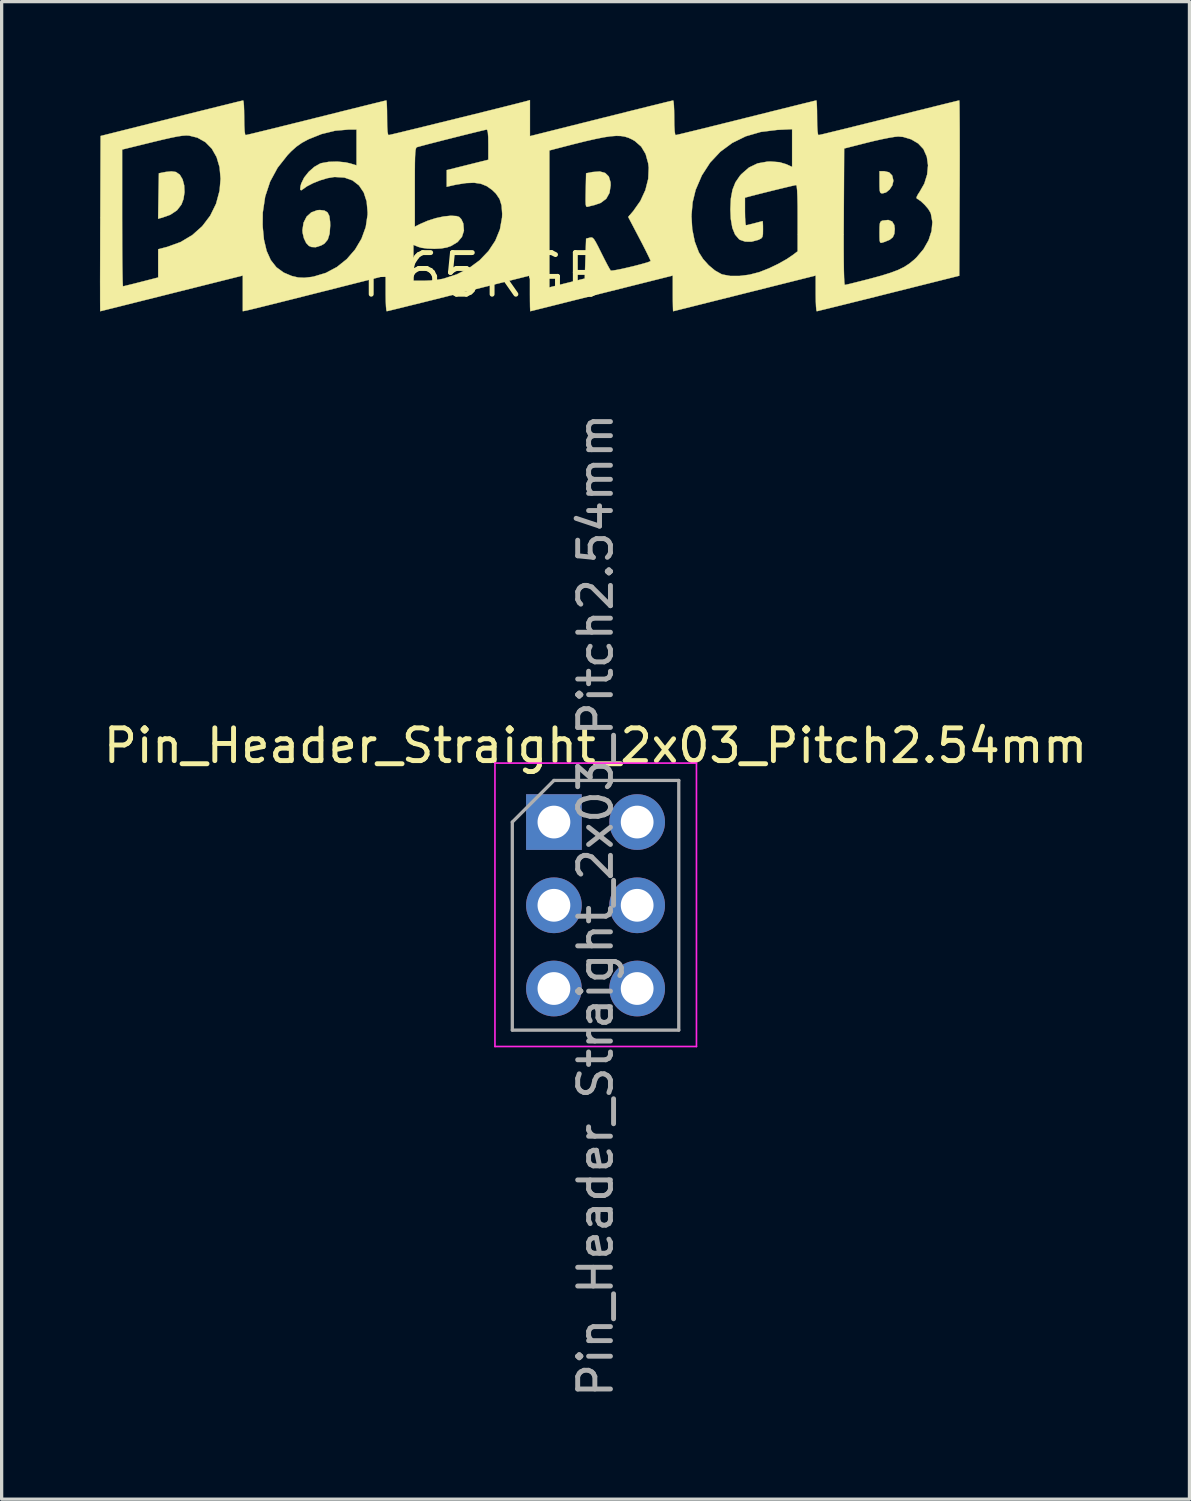
<source format=kicad_pcb>
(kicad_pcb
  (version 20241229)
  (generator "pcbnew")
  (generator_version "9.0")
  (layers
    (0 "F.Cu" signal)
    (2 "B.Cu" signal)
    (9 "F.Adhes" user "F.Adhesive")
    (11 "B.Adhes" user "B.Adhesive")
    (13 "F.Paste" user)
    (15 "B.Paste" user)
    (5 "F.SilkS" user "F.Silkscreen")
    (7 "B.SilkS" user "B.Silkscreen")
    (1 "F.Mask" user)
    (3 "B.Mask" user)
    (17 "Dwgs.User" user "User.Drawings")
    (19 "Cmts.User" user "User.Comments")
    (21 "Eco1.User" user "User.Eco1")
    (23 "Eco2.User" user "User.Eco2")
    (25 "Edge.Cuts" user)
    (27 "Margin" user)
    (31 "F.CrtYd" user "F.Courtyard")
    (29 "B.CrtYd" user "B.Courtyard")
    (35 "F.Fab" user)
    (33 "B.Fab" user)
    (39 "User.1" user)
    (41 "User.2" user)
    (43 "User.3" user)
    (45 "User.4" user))
  (footprint "Pin_Header_Straight_2x03_Pitch2.54mm"
    (layer "F.Cu")
    (at 13.855 22.038)
    (property "Reference" "Pin_Header_Straight_2x03_Pitch2.54mm" (at 1.27 -2.33 0) (layer "F.SilkS") (effects (font (size 1 1) (thickness 0.15))))
    (attr through_hole)
    (fp_line (start -1.8 -1.8) (end -1.8 6.85) (stroke (width 0.05) (type solid)) (layer "F.CrtYd"))
    (fp_line (start -1.8 6.85) (end 4.35 6.85) (stroke (width 0.05) (type solid)) (layer "F.CrtYd"))
    (fp_line (start 4.35 -1.8) (end -1.8 -1.8) (stroke (width 0.05) (type solid)) (layer "F.CrtYd"))
    (fp_line (start 4.35 6.85) (end 4.35 -1.8) (stroke (width 0.05) (type solid)) (layer "F.CrtYd"))
    (fp_line (start -1.27 0) (end 0 -1.27) (stroke (width 0.1) (type solid)) (layer "F.Fab"))
    (fp_line (start -1.27 6.35) (end -1.27 0) (stroke (width 0.1) (type solid)) (layer "F.Fab"))
    (fp_line (start 0 -1.27) (end 3.81 -1.27) (stroke (width 0.1) (type solid)) (layer "F.Fab"))
    (fp_line (start 3.81 -1.27) (end 3.81 6.35) (stroke (width 0.1) (type solid)) (layer "F.Fab"))
    (fp_line (start 3.81 6.35) (end -1.27 6.35) (stroke (width 0.1) (type solid)) (layer "F.Fab"))
    (fp_text user "${REFERENCE}" (at 1.27 2.54 270) (layer "F.Fab") (effects (font (size 1 1) (thickness 0.15))))
    (pad "1" thru_hole rect (at 0 0) (size 1.7 1.7) (drill 1) (layers "*.Cu" "*.Mask"))
    (pad "2" thru_hole oval (at 2.54 0) (size 1.7 1.7) (drill 1) (layers "*.Cu" "*.Mask"))
    (pad "3" thru_hole oval (at 0 2.54) (size 1.7 1.7) (drill 1) (layers "*.Cu" "*.Mask"))
    (pad "4" thru_hole oval (at 2.54 2.54) (size 1.7 1.7) (drill 1) (layers "*.Cu" "*.Mask"))
    (pad "5" thru_hole oval (at 0 5.08) (size 1.7 1.7) (drill 1) (layers "*.Cu" "*.Mask"))
    (pad "6" thru_hole oval (at 2.54 5.08) (size 1.7 1.7) (drill 1) (layers "*.Cu" "*.Mask")))
  (footprint "P65RGB"
    (layer "F.Cu")
    (at 11.726 5.349)
    (property "Reference" "P65RGB" (at 0 0 0) (layer "F.SilkS") (effects (font (size 1.27 1.27) (thickness 0.15))))
    (attr through_hole)
    (fp_poly (pts (xy -9.407 -3.15) (xy -9.289 -3.068) (xy -9.204 -2.925) (xy -9.155 -2.74) (xy -9.145 -2.533) (xy -9.177 -2.323) (xy -9.239 -2.157) (xy -9.374 -1.982) (xy -9.578 -1.845) (xy -9.833 -1.754) (xy -9.95 -1.726) (xy -9.939 -2.419) (xy -9.927 -3.111) (xy -9.724 -3.151) (xy -9.544 -3.169) (xy -9.407 -3.15)) (stroke (width 0.01) (type solid)) (fill yes) (layer "F.SilkS"))
    (fp_poly (pts (xy 12.356 -3.141) (xy 12.452 -3.043) (xy 12.488 -2.889) (xy 12.488 -2.878) (xy 12.456 -2.741) (xy 12.374 -2.616) (xy 12.264 -2.526) (xy 12.163 -2.498) (xy 12.114 -2.502) (xy 12.085 -2.528) (xy 12.071 -2.591) (xy 12.066 -2.71) (xy 12.065 -2.836) (xy 12.065 -3.175) (xy 12.207 -3.175) (xy 12.356 -3.141)) (stroke (width 0.01) (type solid)) (fill yes) (layer "F.SilkS"))
    (fp_poly (pts (xy 3.695 -3.119) (xy 3.804 -3.01) (xy 3.856 -2.839) (xy 3.86 -2.745) (xy 3.825 -2.512) (xy 3.725 -2.334) (xy 3.559 -2.208) (xy 3.365 -2.141) (xy 3.248 -2.113) (xy 3.163 -2.09) (xy 3.132 -2.087) (xy 3.111 -2.107) (xy 3.099 -2.165) (xy 3.095 -2.272) (xy 3.097 -2.443) (xy 3.1 -2.59) (xy 3.111 -3.111) (xy 3.307 -3.149) (xy 3.529 -3.166) (xy 3.695 -3.119)) (stroke (width 0.01) (type solid)) (fill yes) (layer "F.SilkS"))
    (fp_poly (pts (xy 12.451 -1.64) (xy 12.517 -1.529) (xy 12.531 -1.412) (xy 12.518 -1.263) (xy 12.471 -1.158) (xy 12.374 -1.08) (xy 12.211 -1.014) (xy 12.16 -0.998) (xy 12.113 -0.987) (xy 12.085 -1.001) (xy 12.07 -1.056) (xy 12.066 -1.167) (xy 12.065 -1.305) (xy 12.067 -1.473) (xy 12.075 -1.576) (xy 12.096 -1.631) (xy 12.133 -1.658) (xy 12.16 -1.667) (xy 12.332 -1.686) (xy 12.451 -1.64)) (stroke (width 0.01) (type solid)) (fill yes) (layer "F.SilkS"))
    (fp_poly (pts (xy -4.873 -1.973) (xy -4.78 -1.916) (xy -4.725 -1.806) (xy -4.702 -1.631) (xy -4.699 -1.512) (xy -4.717 -1.267) (xy -4.773 -1.088) (xy -4.874 -0.966) (xy -4.976 -0.907) (xy -5.14 -0.855) (xy -5.27 -0.861) (xy -5.349 -0.895) (xy -5.432 -0.983) (xy -5.5 -1.125) (xy -5.54 -1.292) (xy -5.546 -1.376) (xy -5.512 -1.602) (xy -5.419 -1.787) (xy -5.276 -1.917) (xy -5.093 -1.984) (xy -5.013 -1.99) (xy -4.873 -1.973)) (stroke (width 0.01) (type solid)) (fill yes) (layer "F.SilkS"))
    (fp_poly (pts (xy 1.397 -4.244) (xy 3.567 -4.788) (xy 3.981 -4.891) (xy 4.371 -4.989) (xy 4.728 -5.078) (xy 5.046 -5.157) (xy 5.315 -5.223) (xy 5.528 -5.276) (xy 5.679 -5.312) (xy 5.758 -5.331) (xy 5.768 -5.333) (xy 5.78 -5.294) (xy 5.79 -5.186) (xy 5.797 -5.025) (xy 5.8 -4.828) (xy 5.8 -4.805) (xy 5.803 -4.571) (xy 5.813 -4.4) (xy 5.828 -4.3) (xy 5.843 -4.276) (xy 5.891 -4.286) (xy 6.013 -4.314) (xy 6.202 -4.36) (xy 6.45 -4.42) (xy 6.748 -4.493) (xy 7.089 -4.578) (xy 7.464 -4.671) (xy 7.867 -4.771) (xy 8.001 -4.805) (xy 8.41 -4.907) (xy 8.794 -5.003) (xy 9.145 -5.09) (xy 9.455 -5.167) (xy 9.716 -5.232) (xy 9.922 -5.282) (xy 10.063 -5.317) (xy 10.132 -5.333) (xy 10.138 -5.334) (xy 10.146 -5.294) (xy 10.153 -5.186) (xy 10.158 -5.025) (xy 10.16 -4.828) (xy 10.16 -4.805) (xy 10.163 -4.571) (xy 10.173 -4.4) (xy 10.188 -4.3) (xy 10.203 -4.276) (xy 10.251 -4.286) (xy 10.374 -4.314) (xy 10.563 -4.36) (xy 10.81 -4.42) (xy 11.108 -4.493) (xy 11.449 -4.578) (xy 11.825 -4.671) (xy 12.228 -4.771) (xy 12.361 -4.805) (xy 12.77 -4.907) (xy 13.154 -5.003) (xy 13.505 -5.09) (xy 13.815 -5.167) (xy 14.077 -5.232) (xy 14.282 -5.282) (xy 14.423 -5.317) (xy 14.493 -5.333) (xy 14.499 -5.334) (xy 14.503 -5.293) (xy 14.506 -5.174) (xy 14.508 -4.985) (xy 14.51 -4.733) (xy 14.512 -4.424) (xy 14.512 -4.067) (xy 14.513 -3.667) (xy 14.512 -3.233) (xy 14.511 -2.771) (xy 14.51 -2.659) (xy 14.499 0.016) (xy 12.34 0.557) (xy 11.927 0.661) (xy 11.538 0.758) (xy 11.181 0.846) (xy 10.865 0.925) (xy 10.597 0.991) (xy 10.385 1.043) (xy 10.236 1.079) (xy 10.159 1.098) (xy 10.149 1.099) (xy 10.138 1.06) (xy 10.128 0.952) (xy 10.121 0.791) (xy 10.118 0.592) (xy 10.118 0.555) (xy 10.118 0.01) (xy 7.948 0.554) (xy 7.534 0.658) (xy 7.146 0.755) (xy 6.79 0.844) (xy 6.476 0.923) (xy 6.21 0.99) (xy 5.999 1.042) (xy 5.852 1.079) (xy 5.777 1.097) (xy 5.768 1.099) (xy 5.764 1.06) (xy 5.761 0.952) (xy 5.758 0.791) (xy 5.757 0.592) (xy 5.757 0.555) (xy 5.757 0.01) (xy 3.588 0.554) (xy 3.174 0.658) (xy 2.785 0.755) (xy 2.43 0.844) (xy 2.116 0.923) (xy 1.849 0.99) (xy 1.639 1.042) (xy 1.492 1.079) (xy 1.416 1.097) (xy 1.408 1.099) (xy 1.404 1.06) (xy 1.4 0.952) (xy 1.398 0.791) (xy 1.397 0.592) (xy 1.397 0.555) (xy 1.397 0.01) (xy -0.773 0.554) (xy -1.187 0.658) (xy -1.577 0.756) (xy -1.934 0.845) (xy -2.252 0.923) (xy -2.521 0.99) (xy -2.734 1.042) (xy -2.885 1.079) (xy -2.964 1.097) (xy -2.974 1.099) (xy -2.986 1.06) (xy -2.996 0.952) (xy -3.003 0.791) (xy -3.006 0.592) (xy -3.006 0.556) (xy -3.006 0.012) (xy -5.048 0.528) (xy -5.455 0.631) (xy -5.84 0.728) (xy -6.195 0.817) (xy -6.511 0.896) (xy -6.781 0.963) (xy -6.995 1.016) (xy -7.146 1.052) (xy -7.224 1.071) (xy -7.228 1.072) (xy -7.366 1.099) (xy -7.366 0.01) (xy -9.536 0.554) (xy -9.949 0.658) (xy -10.338 0.755) (xy -10.693 0.844) (xy -11.008 0.923) (xy -11.274 0.99) (xy -11.485 1.042) (xy -11.632 1.079) (xy -11.707 1.097) (xy -11.716 1.099) (xy -11.718 1.059) (xy -11.719 0.94) (xy -11.72 0.751) (xy -11.72 0.499) (xy -11.721 0.191) (xy -11.72 -0.167) (xy -11.719 -0.566) (xy -11.718 -1) (xy -11.717 -1.462) (xy -11.716 -1.574) (xy -11.707 -3.835) (xy -11.049 -3.835) (xy -11.049 -1.748) (xy -11.048 -1.337) (xy -11.047 -0.952) (xy -11.045 -0.603) (xy -11.042 -0.296) (xy -11.038 -0.041) (xy -11.034 0.155) (xy -11.029 0.284) (xy -11.024 0.338) (xy -11.023 0.339) (xy -10.975 0.329) (xy -10.861 0.301) (xy -10.697 0.261) (xy -10.501 0.211) (xy -10.473 0.204) (xy -9.948 0.069) (xy -9.948 -0.792) (xy -9.663 -0.867) (xy -9.26 -1.014) (xy -8.905 -1.227) (xy -8.603 -1.497) (xy -8.598 -1.503) (xy -6.761 -1.503) (xy -6.721 -1.087) (xy -6.639 -0.742) (xy -6.513 -0.462) (xy -6.34 -0.242) (xy -6.116 -0.079) (xy -5.871 0.024) (xy -5.678 0.069) (xy -5.487 0.078) (xy -5.262 0.052) (xy -5.202 0.041) (xy -4.832 -0.07) (xy -4.493 -0.251) (xy -4.192 -0.492) (xy -3.94 -0.783) (xy -3.854 -0.927) (xy -2.159 -0.927) (xy -2.159 0.169) (xy -1.831 0.169) (xy -1.627 0.16) (xy -1.414 0.137) (xy -1.249 0.108) (xy -0.835 -0.026) (xy -0.463 -0.216) (xy -0.138 -0.456) (xy 0.132 -0.738) (xy 0.341 -1.055) (xy 0.481 -1.399) (xy 0.546 -1.762) (xy 0.55 -1.875) (xy 0.532 -2.127) (xy 0.471 -2.325) (xy 0.357 -2.493) (xy 0.243 -2.603) (xy 0.079 -2.719) (xy -0.1 -2.791) (xy -0.307 -2.822) (xy -0.556 -2.812) (xy -0.861 -2.763) (xy -1.027 -2.726) (xy -1.143 -2.699) (xy -1.143 -3.207) (xy 0.127 -3.524) (xy 0.127 -3.807) (xy 1.99 -3.807) (xy 1.99 0.371) (xy 2.529 0.236) (xy 3.069 0.101) (xy 3.09 -0.508) (xy 3.111 -1.116) (xy 3.221 -1.145) (xy 3.268 -1.153) (xy 3.308 -1.142) (xy 3.35 -1.101) (xy 3.403 -1.017) (xy 3.475 -0.881) (xy 3.575 -0.68) (xy 3.581 -0.668) (xy 3.676 -0.479) (xy 3.759 -0.319) (xy 3.823 -0.203) (xy 3.86 -0.145) (xy 3.864 -0.141) (xy 3.917 -0.142) (xy 4.032 -0.16) (xy 4.191 -0.191) (xy 4.376 -0.233) (xy 4.57 -0.279) (xy 4.755 -0.327) (xy 4.913 -0.371) (xy 5.027 -0.407) (xy 5.079 -0.432) (xy 5.08 -0.435) (xy 5.061 -0.483) (xy 5.009 -0.593) (xy 4.93 -0.753) (xy 4.831 -0.948) (xy 4.738 -1.126) (xy 4.396 -1.778) (xy 4.431 -1.818) (xy 6.326 -1.818) (xy 6.349 -1.411) (xy 6.427 -1.025) (xy 6.551 -0.699) (xy 6.68 -0.496) (xy 6.852 -0.304) (xy 7.045 -0.143) (xy 7.236 -0.036) (xy 7.276 -0.021) (xy 7.508 0.022) (xy 7.789 0.023) (xy 8.091 -0.015) (xy 8.39 -0.092) (xy 8.42 -0.103) (xy 8.694 -0.211) (xy 8.977 -0.347) (xy 9.238 -0.494) (xy 9.426 -0.622) (xy 9.567 -0.73) (xy 9.567 -0.8) (xy 10.972 -0.8) (xy 10.974 -0.43) (xy 10.978 -0.138) (xy 10.984 0.078) (xy 10.992 0.219) (xy 11.002 0.288) (xy 11.008 0.296) (xy 11.062 0.286) (xy 11.183 0.258) (xy 11.358 0.214) (xy 11.573 0.16) (xy 11.778 0.107) (xy 12.128 0.012) (xy 12.408 -0.076) (xy 12.634 -0.161) (xy 12.819 -0.252) (xy 12.976 -0.354) (xy 13.122 -0.473) (xy 13.196 -0.544) (xy 13.408 -0.795) (xy 13.563 -1.068) (xy 13.654 -1.349) (xy 13.679 -1.622) (xy 13.633 -1.876) (xy 13.616 -1.918) (xy 13.55 -2.026) (xy 13.445 -2.148) (xy 13.329 -2.258) (xy 13.225 -2.328) (xy 13.206 -2.336) (xy 13.193 -2.377) (xy 13.241 -2.472) (xy 13.284 -2.535) (xy 13.432 -2.794) (xy 13.519 -3.073) (xy 13.546 -3.354) (xy 13.509 -3.617) (xy 13.407 -3.847) (xy 13.405 -3.851) (xy 13.245 -4.021) (xy 13.03 -4.148) (xy 12.784 -4.221) (xy 12.636 -4.233) (xy 12.525 -4.222) (xy 12.35 -4.193) (xy 12.131 -4.149) (xy 11.886 -4.094) (xy 11.705 -4.05) (xy 10.986 -3.867) (xy 10.975 -1.785) (xy 10.972 -1.252) (xy 10.972 -0.8) (xy 9.567 -0.8) (xy 9.567 -1.741) (xy 9.566 -2.109) (xy 9.56 -2.394) (xy 9.551 -2.596) (xy 9.538 -2.715) (xy 9.523 -2.752) (xy 9.47 -2.742) (xy 9.35 -2.715) (xy 9.179 -2.674) (xy 8.972 -2.624) (xy 8.744 -2.568) (xy 8.512 -2.51) (xy 8.289 -2.454) (xy 8.117 -2.409) (xy 7.959 -2.367) (xy 7.959 -1.946) (xy 7.962 -1.768) (xy 7.97 -1.628) (xy 7.981 -1.542) (xy 7.99 -1.525) (xy 8.046 -1.535) (xy 8.156 -1.562) (xy 8.255 -1.587) (xy 8.383 -1.621) (xy 8.472 -1.644) (xy 8.498 -1.65) (xy 8.504 -1.612) (xy 8.508 -1.512) (xy 8.509 -1.395) (xy 8.507 -1.252) (xy 8.492 -1.17) (xy 8.454 -1.122) (xy 8.381 -1.085) (xy 8.362 -1.077) (xy 8.162 -1.024) (xy 7.968 -1.025) (xy 7.808 -1.08) (xy 7.777 -1.101) (xy 7.657 -1.241) (xy 7.574 -1.445) (xy 7.527 -1.718) (xy 7.514 -2.011) (xy 7.529 -2.341) (xy 7.579 -2.609) (xy 7.668 -2.834) (xy 7.803 -3.031) (xy 7.848 -3.083) (xy 8.082 -3.287) (xy 8.344 -3.413) (xy 8.644 -3.467) (xy 8.742 -3.47) (xy 9.012 -3.449) (xy 9.218 -3.388) (xy 9.398 -3.306) (xy 9.398 -4.457) (xy 8.943 -4.435) (xy 8.443 -4.373) (xy 7.984 -4.24) (xy 7.571 -4.037) (xy 7.208 -3.769) (xy 6.897 -3.438) (xy 6.644 -3.047) (xy 6.453 -2.603) (xy 6.361 -2.223) (xy 6.326 -1.818) (xy 4.431 -1.818) (xy 4.55 -1.958) (xy 4.766 -2.264) (xy 4.92 -2.598) (xy 5.007 -2.943) (xy 5.022 -3.282) (xy 5.006 -3.415) (xy 4.927 -3.701) (xy 4.793 -3.925) (xy 4.6 -4.094) (xy 4.512 -4.145) (xy 4.405 -4.194) (xy 4.295 -4.229) (xy 4.172 -4.249) (xy 4.03 -4.253) (xy 3.858 -4.24) (xy 3.65 -4.209) (xy 3.396 -4.158) (xy 3.087 -4.088) (xy 2.717 -3.996) (xy 2.276 -3.882) (xy 2.148 -3.849) (xy 1.99 -3.807) (xy 0.127 -3.807) (xy 0.127 -3.984) (xy 0.124 -4.209) (xy 0.113 -4.356) (xy 0.094 -4.431) (xy 0.077 -4.445) (xy 0.028 -4.435) (xy -0.09 -4.407) (xy -0.263 -4.365) (xy -0.478 -4.312) (xy -0.72 -4.252) (xy -0.977 -4.187) (xy -1.235 -4.122) (xy -1.48 -4.059) (xy -1.7 -4.003) (xy -1.879 -3.955) (xy -2.006 -3.921) (xy -2.043 -3.911) (xy -2.064 -3.899) (xy -2.081 -3.872) (xy -2.094 -3.82) (xy -2.103 -3.733) (xy -2.11 -3.604) (xy -2.114 -3.422) (xy -2.116 -3.178) (xy -2.117 -2.864) (xy -2.117 -2.684) (xy -2.117 -1.48) (xy -1.958 -1.561) (xy -1.725 -1.662) (xy -1.478 -1.741) (xy -1.236 -1.793) (xy -1.018 -1.815) (xy -0.844 -1.805) (xy -0.761 -1.777) (xy -0.698 -1.71) (xy -0.645 -1.599) (xy -0.636 -1.57) (xy -0.618 -1.36) (xy -0.678 -1.171) (xy -0.81 -1.013) (xy -1.008 -0.893) (xy -1.138 -0.847) (xy -1.309 -0.817) (xy -1.516 -0.806) (xy -1.728 -0.813) (xy -1.912 -0.837) (xy -2.012 -0.866) (xy -2.159 -0.927) (xy -3.854 -0.927) (xy -3.744 -1.113) (xy -3.614 -1.471) (xy -3.558 -1.848) (xy -3.557 -1.918) (xy -3.586 -2.25) (xy -3.675 -2.525) (xy -3.82 -2.74) (xy -4.017 -2.893) (xy -4.264 -2.98) (xy -4.558 -2.998) (xy -4.591 -2.995) (xy -4.785 -2.962) (xy -5.005 -2.896) (xy -5.222 -2.809) (xy -5.408 -2.713) (xy -5.514 -2.637) (xy -5.585 -2.59) (xy -5.615 -2.615) (xy -5.605 -2.714) (xy -5.582 -2.8) (xy -5.495 -2.978) (xy -5.355 -3.155) (xy -5.184 -3.306) (xy -5.007 -3.407) (xy -4.969 -3.42) (xy -4.744 -3.46) (xy -4.484 -3.468) (xy -4.228 -3.443) (xy -4.092 -3.412) (xy -3.895 -3.353) (xy -3.895 -4.445) (xy -4.146 -4.445) (xy -4.547 -4.41) (xy -4.961 -4.309) (xy -5.359 -4.15) (xy -5.362 -4.149) (xy -5.562 -4.041) (xy -5.728 -3.925) (xy -5.891 -3.779) (xy -6.001 -3.664) (xy -6.304 -3.28) (xy -6.532 -2.859) (xy -6.683 -2.402) (xy -6.757 -1.909) (xy -6.761 -1.503) (xy -8.598 -1.503) (xy -8.36 -1.818) (xy -8.182 -2.181) (xy -8.075 -2.579) (xy -8.044 -2.945) (xy -8.075 -3.297) (xy -8.166 -3.605) (xy -8.312 -3.862) (xy -8.509 -4.062) (xy -8.751 -4.198) (xy -9.006 -4.261) (xy -9.096 -4.265) (xy -9.209 -4.257) (xy -9.357 -4.235) (xy -9.552 -4.196) (xy -9.805 -4.139) (xy -10.129 -4.061) (xy -10.131 -4.06) (xy -11.049 -3.835) (xy -11.707 -3.835) (xy -11.705 -4.249) (xy -9.546 -4.79) (xy -9.133 -4.894) (xy -8.744 -4.991) (xy -8.387 -5.08) (xy -8.071 -5.158) (xy -7.803 -5.224) (xy -7.591 -5.277) (xy -7.442 -5.313) (xy -7.365 -5.331) (xy -7.355 -5.333) (xy -7.343 -5.294) (xy -7.333 -5.186) (xy -7.327 -5.025) (xy -7.324 -4.828) (xy -7.324 -4.805) (xy -7.32 -4.571) (xy -7.311 -4.4) (xy -7.296 -4.3) (xy -7.281 -4.276) (xy -7.232 -4.286) (xy -7.11 -4.314) (xy -6.921 -4.36) (xy -6.674 -4.42) (xy -6.376 -4.493) (xy -6.035 -4.578) (xy -5.659 -4.671) (xy -5.256 -4.771) (xy -5.122 -4.805) (xy -4.713 -4.907) (xy -4.33 -5.003) (xy -3.979 -5.09) (xy -3.669 -5.167) (xy -3.407 -5.232) (xy -3.202 -5.282) (xy -3.06 -5.317) (xy -2.991 -5.333) (xy -2.985 -5.334) (xy -2.977 -5.294) (xy -2.97 -5.186) (xy -2.965 -5.025) (xy -2.963 -4.828) (xy -2.963 -4.805) (xy -2.96 -4.552) (xy -2.95 -4.382) (xy -2.932 -4.292) (xy -2.916 -4.276) (xy -2.87 -4.286) (xy -2.75 -4.314) (xy -2.567 -4.357) (xy -2.331 -4.415) (xy -2.05 -4.483) (xy -1.735 -4.56) (xy -1.395 -4.644) (xy -1.039 -4.731) (xy -0.676 -4.821) (xy -0.317 -4.909) (xy 0.029 -4.995) (xy 0.353 -5.076) (xy 0.645 -5.149) (xy 0.896 -5.212) (xy 1.097 -5.263) (xy 1.236 -5.299) (xy 1.302 -5.316) (xy 1.397 -5.344) (xy 1.397 -4.244)) (stroke (width 0.01) (type solid)) (fill yes) (layer "F.SilkS")))
  (gr_rect
    (start -3 -3)
    (end 33.25 42.703)
    (stroke (width 0.1) (type default))
    (fill no)
    (layer "Edge.Cuts")))
</source>
